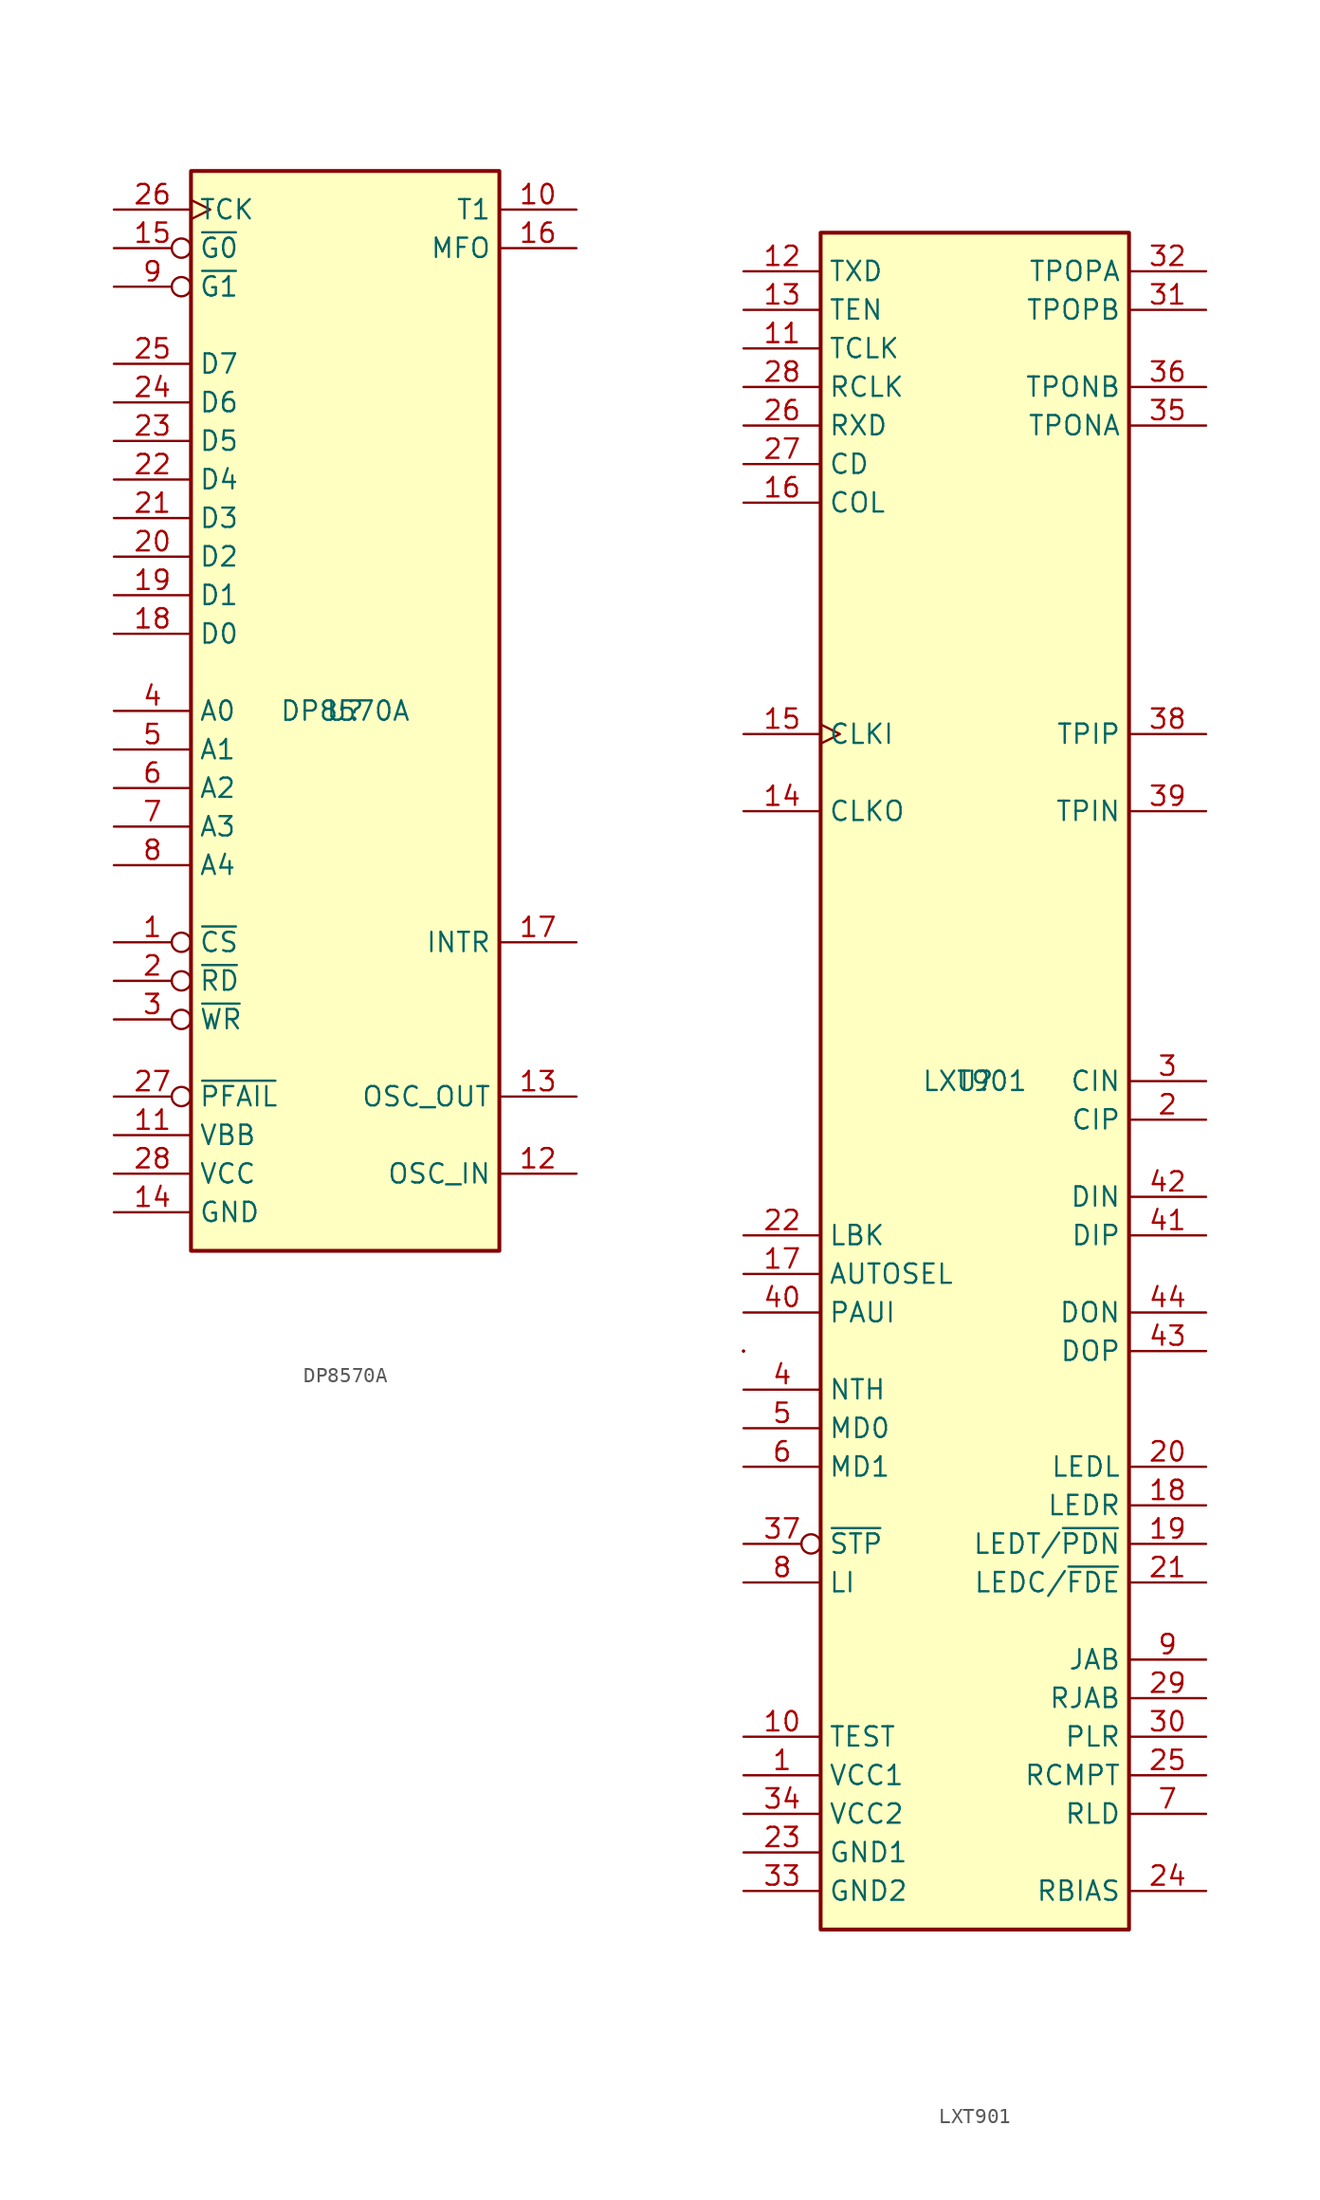
<source format=kicad_sym>
(kicad_symbol_lib
  (version 20211014)
  (generator kicad_symbol_editor)
  (symbol "DP8570A"
    (property "Reference" "U"
      (at 0 0 0)
      (effects (font (size 1.27 1.27))))
    (property "Value" "DP8570A"
      (at 0 0 0)
      (effects (font (size 1.27 1.27))))
    (symbol "DP8570A_0_1"
      (rectangle (start -10.16 35.56) (end 10.16 -35.56) (stroke (width 0.254) (type default) (color 0 0 0 0)) (fill (type background))))
    (symbol "DP8570A_1_1"
      (pin input inverted (at -15.24 -15.24 0) (length 5.08) (name "~{CS}" (effects (font (size 1.27 1.27)))) (number "1" (effects (font (size 1.27 1.27)))))
      (pin output line (at 15.24 33.02 180) (length 5.08) (name "T1" (effects (font (size 1.27 1.27)))) (number "10" (effects (font (size 1.27 1.27)))))
      (pin power_in line (at -15.24 -27.94 0) (length 5.08) (name "VBB" (effects (font (size 1.27 1.27)))) (number "11" (effects (font (size 1.27 1.27)))))
      (pin input line (at 15.24 -30.48 180) (length 5.08) (name "OSC_IN" (effects (font (size 1.27 1.27)))) (number "12" (effects (font (size 1.27 1.27)))))
      (pin output line (at 15.24 -25.4 180) (length 5.08) (name "OSC_OUT" (effects (font (size 1.27 1.27)))) (number "13" (effects (font (size 1.27 1.27)))))
      (pin power_in line (at -15.24 -33.02 0) (length 5.08) (name "GND" (effects (font (size 1.27 1.27)))) (number "14" (effects (font (size 1.27 1.27)))))
      (pin input inverted (at -15.24 30.48 0) (length 5.08) (name "~{G0}" (effects (font (size 1.27 1.27)))) (number "15" (effects (font (size 1.27 1.27)))))
      (pin output line (at 15.24 30.48 180) (length 5.08) (name "MFO" (effects (font (size 1.27 1.27)))) (number "16" (effects (font (size 1.27 1.27)))))
      (pin output line (at 15.24 -15.24 180) (length 5.08) (name "INTR" (effects (font (size 1.27 1.27)))) (number "17" (effects (font (size 1.27 1.27)))))
      (pin bidirectional line (at -15.24 5.08 0) (length 5.08) (name "D0" (effects (font (size 1.27 1.27)))) (number "18" (effects (font (size 1.27 1.27)))))
      (pin bidirectional line (at -15.24 7.62 0) (length 5.08) (name "D1" (effects (font (size 1.27 1.27)))) (number "19" (effects (font (size 1.27 1.27)))))
      (pin input inverted (at -15.24 -17.78 0) (length 5.08) (name "~{RD}" (effects (font (size 1.27 1.27)))) (number "2" (effects (font (size 1.27 1.27)))))
      (pin bidirectional line (at -15.24 10.16 0) (length 5.08) (name "D2" (effects (font (size 1.27 1.27)))) (number "20" (effects (font (size 1.27 1.27)))))
      (pin bidirectional line (at -15.24 12.7 0) (length 5.08) (name "D3" (effects (font (size 1.27 1.27)))) (number "21" (effects (font (size 1.27 1.27)))))
      (pin bidirectional line (at -15.24 15.24 0) (length 5.08) (name "D4" (effects (font (size 1.27 1.27)))) (number "22" (effects (font (size 1.27 1.27)))))
      (pin bidirectional line (at -15.24 17.78 0) (length 5.08) (name "D5" (effects (font (size 1.27 1.27)))) (number "23" (effects (font (size 1.27 1.27)))))
      (pin bidirectional line (at -15.24 20.32 0) (length 5.08) (name "D6" (effects (font (size 1.27 1.27)))) (number "24" (effects (font (size 1.27 1.27)))))
      (pin bidirectional line (at -15.24 22.86 0) (length 5.08) (name "D7" (effects (font (size 1.27 1.27)))) (number "25" (effects (font (size 1.27 1.27)))))
      (pin input clock (at -15.24 33.02 0) (length 5.08) (name "TCK" (effects (font (size 1.27 1.27)))) (number "26" (effects (font (size 1.27 1.27)))))
      (pin input inverted (at -15.24 -25.4 0) (length 5.08) (name "~{PFAIL}" (effects (font (size 1.27 1.27)))) (number "27" (effects (font (size 1.27 1.27)))))
      (pin power_in line (at -15.24 -30.48 0) (length 5.08) (name "VCC" (effects (font (size 1.27 1.27)))) (number "28" (effects (font (size 1.27 1.27)))))
      (pin input inverted (at -15.24 -20.32 0) (length 5.08) (name "~{WR}" (effects (font (size 1.27 1.27)))) (number "3" (effects (font (size 1.27 1.27)))))
      (pin input line (at -15.24 0 0) (length 5.08) (name "A0" (effects (font (size 1.27 1.27)))) (number "4" (effects (font (size 1.27 1.27)))))
      (pin input line (at -15.24 -2.54 0) (length 5.08) (name "A1" (effects (font (size 1.27 1.27)))) (number "5" (effects (font (size 1.27 1.27)))))
      (pin input line (at -15.24 -5.08 0) (length 5.08) (name "A2" (effects (font (size 1.27 1.27)))) (number "6" (effects (font (size 1.27 1.27)))))
      (pin input line (at -15.24 -7.62 0) (length 5.08) (name "A3" (effects (font (size 1.27 1.27)))) (number "7" (effects (font (size 1.27 1.27)))))
      (pin input line (at -15.24 -10.16 0) (length 5.08) (name "A4" (effects (font (size 1.27 1.27)))) (number "8" (effects (font (size 1.27 1.27)))))
      (pin input inverted (at -15.24 27.94 0) (length 5.08) (name "~{G1}" (effects (font (size 1.27 1.27)))) (number "9" (effects (font (size 1.27 1.27)))))))
  (symbol "LXT901"
    (property "Reference" "U"
      (at 0 0 0)
      (effects (font (size 1.27 1.27))))
    (property "Value" "LXT901"
      (at 0 0 0)
      (effects (font (size 1.27 1.27))))
    (symbol "LXT901_0_1"
      (rectangle (start -15.24 -17.78) (end -15.24 -17.78) (stroke (width 0.203) (type default) (color 0 0 0 0)) (fill (type none)))
      (rectangle (start -15.24 -17.78) (end -15.24 -17.78) (stroke (width 0.203) (type default) (color 0 0 0 0)) (fill (type none)))
      (rectangle (start -10.16 55.88) (end 10.16 -55.88) (stroke (width 0.254) (type default) (color 0 0 0 0)) (fill (type background))))
    (symbol "LXT901_1_1"
      (pin power_in line (at -15.24 -45.72 0) (length 5.08) (name "VCC1" (effects (font (size 1.27 1.27)))) (number "1" (effects (font (size 1.27 1.27)))))
      (pin input line (at -15.24 -43.18 0) (length 5.08) (name "TEST" (effects (font (size 1.27 1.27)))) (number "10" (effects (font (size 1.27 1.27)))))
      (pin output line (at -15.24 48.26 0) (length 5.08) (name "TCLK" (effects (font (size 1.27 1.27)))) (number "11" (effects (font (size 1.27 1.27)))))
      (pin input line (at -15.24 53.34 0) (length 5.08) (name "TXD" (effects (font (size 1.27 1.27)))) (number "12" (effects (font (size 1.27 1.27)))))
      (pin input line (at -15.24 50.8 0) (length 5.08) (name "TEN" (effects (font (size 1.27 1.27)))) (number "13" (effects (font (size 1.27 1.27)))))
      (pin output line (at -15.24 17.78 0) (length 5.08) (name "CLKO" (effects (font (size 1.27 1.27)))) (number "14" (effects (font (size 1.27 1.27)))))
      (pin input clock (at -15.24 22.86 0) (length 5.08) (name "CLKI" (effects (font (size 1.27 1.27)))) (number "15" (effects (font (size 1.27 1.27)))))
      (pin output line (at -15.24 38.1 0) (length 5.08) (name "COL" (effects (font (size 1.27 1.27)))) (number "16" (effects (font (size 1.27 1.27)))))
      (pin input line (at -15.24 -12.7 0) (length 5.08) (name "AUTOSEL" (effects (font (size 1.27 1.27)))) (number "17" (effects (font (size 1.27 1.27)))))
      (pin open_collector line (at 15.24 -27.94 180) (length 5.08) (name "LEDR" (effects (font (size 1.27 1.27)))) (number "18" (effects (font (size 1.27 1.27)))))
      (pin open_collector line (at 15.24 -30.48 180) (length 5.08) (name "LEDT/~{PDN}" (effects (font (size 1.27 1.27)))) (number "19" (effects (font (size 1.27 1.27)))))
      (pin input line (at 15.24 -2.54 180) (length 5.08) (name "CIP" (effects (font (size 1.27 1.27)))) (number "2" (effects (font (size 1.27 1.27)))))
      (pin open_collector line (at 15.24 -25.4 180) (length 5.08) (name "LEDL" (effects (font (size 1.27 1.27)))) (number "20" (effects (font (size 1.27 1.27)))))
      (pin open_collector line (at 15.24 -33.02 180) (length 5.08) (name "LEDC/~{FDE}" (effects (font (size 1.27 1.27)))) (number "21" (effects (font (size 1.27 1.27)))))
      (pin input line (at -15.24 -10.16 0) (length 5.08) (name "LBK" (effects (font (size 1.27 1.27)))) (number "22" (effects (font (size 1.27 1.27)))))
      (pin power_in line (at -15.24 -50.8 0) (length 5.08) (name "GND1" (effects (font (size 1.27 1.27)))) (number "23" (effects (font (size 1.27 1.27)))))
      (pin input line (at 15.24 -53.34 180) (length 5.08) (name "RBIAS" (effects (font (size 1.27 1.27)))) (number "24" (effects (font (size 1.27 1.27)))))
      (pin output line (at 15.24 -45.72 180) (length 5.08) (name "RCMPT" (effects (font (size 1.27 1.27)))) (number "25" (effects (font (size 1.27 1.27)))))
      (pin output line (at -15.24 43.18 0) (length 5.08) (name "RXD" (effects (font (size 1.27 1.27)))) (number "26" (effects (font (size 1.27 1.27)))))
      (pin output line (at -15.24 40.64 0) (length 5.08) (name "CD" (effects (font (size 1.27 1.27)))) (number "27" (effects (font (size 1.27 1.27)))))
      (pin output line (at -15.24 45.72 0) (length 5.08) (name "RCLK" (effects (font (size 1.27 1.27)))) (number "28" (effects (font (size 1.27 1.27)))))
      (pin output line (at 15.24 -40.64 180) (length 5.08) (name "RJAB" (effects (font (size 1.27 1.27)))) (number "29" (effects (font (size 1.27 1.27)))))
      (pin input line (at 15.24 0 180) (length 5.08) (name "CIN" (effects (font (size 1.27 1.27)))) (number "3" (effects (font (size 1.27 1.27)))))
      (pin output line (at 15.24 -43.18 180) (length 5.08) (name "PLR" (effects (font (size 1.27 1.27)))) (number "30" (effects (font (size 1.27 1.27)))))
      (pin output line (at 15.24 50.8 180) (length 5.08) (name "TPOPB" (effects (font (size 1.27 1.27)))) (number "31" (effects (font (size 1.27 1.27)))))
      (pin output line (at 15.24 53.34 180) (length 5.08) (name "TPOPA" (effects (font (size 1.27 1.27)))) (number "32" (effects (font (size 1.27 1.27)))))
      (pin power_in line (at -15.24 -53.34 0) (length 5.08) (name "GND2" (effects (font (size 1.27 1.27)))) (number "33" (effects (font (size 1.27 1.27)))))
      (pin power_in line (at -15.24 -48.26 0) (length 5.08) (name "VCC2" (effects (font (size 1.27 1.27)))) (number "34" (effects (font (size 1.27 1.27)))))
      (pin output line (at 15.24 43.18 180) (length 5.08) (name "TPONA" (effects (font (size 1.27 1.27)))) (number "35" (effects (font (size 1.27 1.27)))))
      (pin output line (at 15.24 45.72 180) (length 5.08) (name "TPONB" (effects (font (size 1.27 1.27)))) (number "36" (effects (font (size 1.27 1.27)))))
      (pin input inverted (at -15.24 -30.48 0) (length 5.08) (name "~{STP}" (effects (font (size 1.27 1.27)))) (number "37" (effects (font (size 1.27 1.27)))))
      (pin input line (at 15.24 22.86 180) (length 5.08) (name "TPIP" (effects (font (size 1.27 1.27)))) (number "38" (effects (font (size 1.27 1.27)))))
      (pin input line (at 15.24 17.78 180) (length 5.08) (name "TPIN" (effects (font (size 1.27 1.27)))) (number "39" (effects (font (size 1.27 1.27)))))
      (pin input line (at -15.24 -20.32 0) (length 5.08) (name "NTH" (effects (font (size 1.27 1.27)))) (number "4" (effects (font (size 1.27 1.27)))))
      (pin input line (at -15.24 -15.24 0) (length 5.08) (name "PAUI" (effects (font (size 1.27 1.27)))) (number "40" (effects (font (size 1.27 1.27)))))
      (pin input line (at 15.24 -10.16 180) (length 5.08) (name "DIP" (effects (font (size 1.27 1.27)))) (number "41" (effects (font (size 1.27 1.27)))))
      (pin input line (at 15.24 -7.62 180) (length 5.08) (name "DIN" (effects (font (size 1.27 1.27)))) (number "42" (effects (font (size 1.27 1.27)))))
      (pin output line (at 15.24 -17.78 180) (length 5.08) (name "DOP" (effects (font (size 1.27 1.27)))) (number "43" (effects (font (size 1.27 1.27)))))
      (pin output line (at 15.24 -15.24 180) (length 5.08) (name "DON" (effects (font (size 1.27 1.27)))) (number "44" (effects (font (size 1.27 1.27)))))
      (pin input line (at -15.24 -22.86 0) (length 5.08) (name "MD0" (effects (font (size 1.27 1.27)))) (number "5" (effects (font (size 1.27 1.27)))))
      (pin input line (at -15.24 -25.4 0) (length 5.08) (name "MD1" (effects (font (size 1.27 1.27)))) (number "6" (effects (font (size 1.27 1.27)))))
      (pin output line (at 15.24 -48.26 180) (length 5.08) (name "RLD" (effects (font (size 1.27 1.27)))) (number "7" (effects (font (size 1.27 1.27)))))
      (pin input line (at -15.24 -33.02 0) (length 5.08) (name "LI" (effects (font (size 1.27 1.27)))) (number "8" (effects (font (size 1.27 1.27)))))
      (pin output line (at 15.24 -38.1 180) (length 5.08) (name "JAB" (effects (font (size 1.27 1.27)))) (number "9" (effects (font (size 1.27 1.27))))))))
</source>
